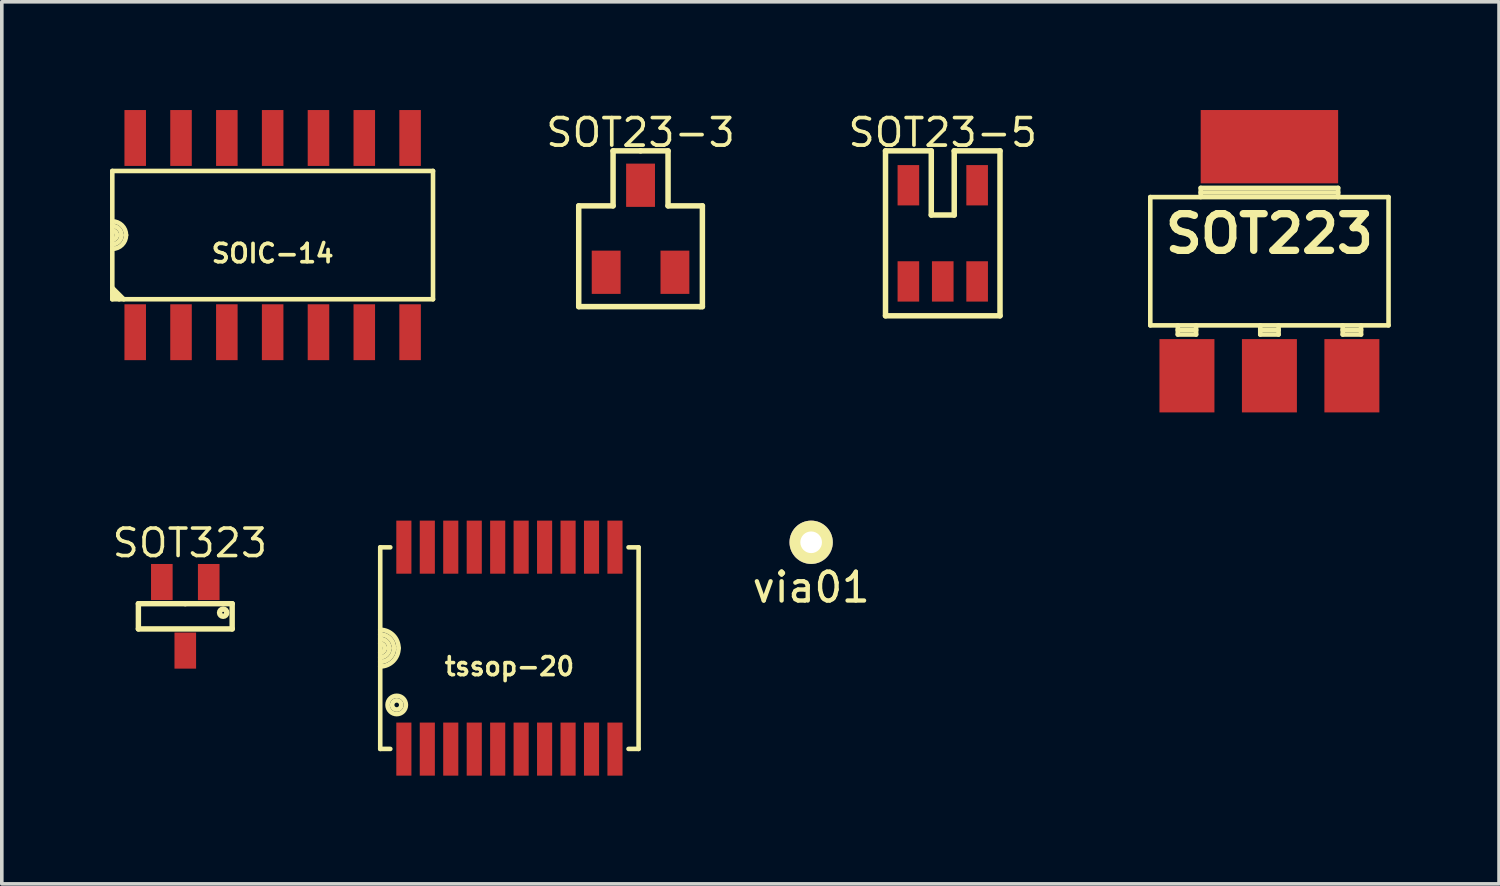
<source format=kicad_pcb>
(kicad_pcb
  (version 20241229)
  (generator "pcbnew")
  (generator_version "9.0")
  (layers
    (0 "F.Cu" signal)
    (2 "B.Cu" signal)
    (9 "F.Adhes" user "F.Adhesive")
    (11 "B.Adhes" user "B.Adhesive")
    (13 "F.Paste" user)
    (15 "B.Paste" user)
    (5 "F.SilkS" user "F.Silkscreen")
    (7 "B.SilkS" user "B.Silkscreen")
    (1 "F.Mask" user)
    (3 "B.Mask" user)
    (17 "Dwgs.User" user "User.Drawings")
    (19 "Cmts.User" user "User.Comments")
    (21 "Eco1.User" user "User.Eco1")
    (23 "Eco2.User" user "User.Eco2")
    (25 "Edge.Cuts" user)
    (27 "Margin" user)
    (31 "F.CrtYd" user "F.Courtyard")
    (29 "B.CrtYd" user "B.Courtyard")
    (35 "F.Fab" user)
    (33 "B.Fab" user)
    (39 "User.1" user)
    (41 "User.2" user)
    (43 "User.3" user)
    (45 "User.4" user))
  (footprint "SOT223"
    (layer "F.Cu")
    (at 32.138 4.191)
    (property "Reference" "SOT223" (at 0 -0.762 0) (layer "F.SilkS") (effects (font (size 1.016 1.016) (thickness 0.203))))
    (attr smd)
    (fp_line (start -3.302 -1.778) (end 3.302 -1.778) (stroke (width 0.127) (type solid)) (layer "F.SilkS"))
    (fp_line (start -3.302 1.778) (end -3.302 -1.778) (stroke (width 0.127) (type solid)) (layer "F.SilkS"))
    (fp_line (start -2.54 1.778) (end -2.54 2.032) (stroke (width 0.127) (type solid)) (layer "F.SilkS"))
    (fp_line (start -2.54 2.032) (end -2.032 2.032) (stroke (width 0.127) (type solid)) (layer "F.SilkS"))
    (fp_line (start -2.032 1.905) (end -2.54 1.905) (stroke (width 0.127) (type solid)) (layer "F.SilkS"))
    (fp_line (start -2.032 2.032) (end -2.032 1.778) (stroke (width 0.127) (type solid)) (layer "F.SilkS"))
    (fp_line (start -1.905 -2.032) (end 1.905 -2.032) (stroke (width 0.127) (type solid)) (layer "F.SilkS"))
    (fp_line (start -1.905 -1.778) (end -1.905 -2.032) (stroke (width 0.127) (type solid)) (layer "F.SilkS"))
    (fp_line (start -0.254 1.778) (end -0.254 2.032) (stroke (width 0.127) (type solid)) (layer "F.SilkS"))
    (fp_line (start -0.254 2.032) (end 0.254 2.032) (stroke (width 0.127) (type solid)) (layer "F.SilkS"))
    (fp_line (start 0.254 1.905) (end -0.254 1.905) (stroke (width 0.127) (type solid)) (layer "F.SilkS"))
    (fp_line (start 0.254 2.032) (end 0.254 1.778) (stroke (width 0.127) (type solid)) (layer "F.SilkS"))
    (fp_line (start 1.905 -2.032) (end 1.905 -1.778) (stroke (width 0.127) (type solid)) (layer "F.SilkS"))
    (fp_line (start 1.905 -1.905) (end -1.905 -1.905) (stroke (width 0.127) (type solid)) (layer "F.SilkS"))
    (fp_line (start 2.032 1.778) (end 2.032 2.032) (stroke (width 0.127) (type solid)) (layer "F.SilkS"))
    (fp_line (start 2.032 2.032) (end 2.54 2.032) (stroke (width 0.127) (type solid)) (layer "F.SilkS"))
    (fp_line (start 2.54 1.905) (end 2.032 1.905) (stroke (width 0.127) (type solid)) (layer "F.SilkS"))
    (fp_line (start 2.54 2.032) (end 2.54 1.778) (stroke (width 0.127) (type solid)) (layer "F.SilkS"))
    (fp_line (start 3.302 -1.778) (end 3.302 1.778) (stroke (width 0.127) (type solid)) (layer "F.SilkS"))
    (fp_line (start 3.302 1.778) (end -3.302 1.778) (stroke (width 0.127) (type solid)) (layer "F.SilkS"))
    (pad "1" smd rect (at -2.286 3.175) (size 1.524 2.032) (layers "F.Cu" "F.Mask" "F.Paste"))
    (pad "2" smd rect (at 0 -3.175) (size 3.81 2.032) (layers "F.Cu" "F.Mask" "F.Paste"))
    (pad "2" smd rect (at 0 3.175) (size 1.524 2.032) (layers "F.Cu" "F.Mask" "F.Paste"))
    (pad "3" smd rect (at 2.286 3.175) (size 1.524 2.032) (layers "F.Cu" "F.Mask" "F.Paste")))
  (footprint "via01"
    (layer "F.Cu")
    (at 19.435 11.982)
    (property "Reference" "via01" (at 0 1.25 0) (layer "F.SilkS") (effects (font (size 0.8 0.8) (thickness 0.12))))
    (attr through_hole)
    (pad "1" thru_hole circle (at 0 0) (size 1.2 1.2) (drill 0.6) (layers "*.Cu" "*.Mask" "F.SilkS")))
  (footprint "SOT23-5"
    (layer "F.Cu")
    (at 23.083 3.418)
    (property "Reference" "SOT23-5" (at 0 -2.794 0) (layer "F.SilkS") (effects (font (size 0.762 0.762) (thickness 0.102))))
    (attr smd)
    (fp_line (start -1.587 -2.286) (end -1.587 2.286) (stroke (width 0.152) (type solid)) (layer "F.SilkS"))
    (fp_line (start -1.587 2.286) (end 1.587 2.286) (stroke (width 0.152) (type solid)) (layer "F.SilkS"))
    (fp_line (start -0.318 -2.286) (end -1.587 -2.286) (stroke (width 0.152) (type solid)) (layer "F.SilkS"))
    (fp_line (start -0.318 -2.286) (end -0.318 -0.508) (stroke (width 0.152) (type solid)) (layer "F.SilkS"))
    (fp_line (start -0.318 -0.508) (end 0.318 -0.508) (stroke (width 0.152) (type solid)) (layer "F.SilkS"))
    (fp_line (start 0.318 -2.286) (end 1.587 -2.286) (stroke (width 0.152) (type solid)) (layer "F.SilkS"))
    (fp_line (start 0.318 -0.508) (end 0.318 -2.286) (stroke (width 0.152) (type solid)) (layer "F.SilkS"))
    (fp_line (start 1.587 2.286) (end 1.587 -2.286) (stroke (width 0.152) (type solid)) (layer "F.SilkS"))
    (pad "1" smd rect (at -0.953 1.333) (size 0.599 1.118) (layers "F.Cu" "F.Mask" "F.Paste"))
    (pad "2" smd rect (at 0 1.333) (size 0.599 1.118) (layers "F.Cu" "F.Mask" "F.Paste"))
    (pad "3" smd rect (at 0.953 1.333) (size 0.599 1.118) (layers "F.Cu" "F.Mask" "F.Paste"))
    (pad "4" smd rect (at 0.953 -1.333) (size 0.599 1.118) (layers "F.Cu" "F.Mask" "F.Paste"))
    (pad "5" smd rect (at -0.953 -1.333) (size 0.599 1.118) (layers "F.Cu" "F.Mask" "F.Paste")))
  (footprint "tssop-20"
    (layer "F.Cu")
    (at 11.071 14.916)
    (property "Reference" "tssop-20" (at 0 0.508 0) (layer "F.SilkS") (effects (font (size 0.5 0.5) (thickness 0.099))))
    (attr smd)
    (fp_line (start -3.581 -2.794) (end -3.581 2.794) (stroke (width 0.127) (type solid)) (layer "F.SilkS"))
    (fp_line (start -3.581 2.794) (end -3.302 2.794) (stroke (width 0.127) (type solid)) (layer "F.SilkS"))
    (fp_line (start -3.302 -2.794) (end -3.581 -2.794) (stroke (width 0.127) (type solid)) (layer "F.SilkS"))
    (fp_line (start 3.302 -2.794) (end 3.581 -2.794) (stroke (width 0.127) (type solid)) (layer "F.SilkS"))
    (fp_line (start 3.581 -2.794) (end 3.581 2.794) (stroke (width 0.127) (type solid)) (layer "F.SilkS"))
    (fp_line (start 3.581 2.794) (end 3.302 2.794) (stroke (width 0.127) (type solid)) (layer "F.SilkS"))
    (fp_arc (start -3.5814 -0.508) (mid -3.22219 -0.35921) (end -3.0734 0) (stroke (width 0.127) (type solid)) (layer "F.SilkS"))
    (fp_arc (start -3.5814 -0.381) (mid -3.311992 -0.269408) (end -3.2004 0) (stroke (width 0.127) (type solid)) (layer "F.SilkS"))
    (fp_arc (start -3.5814 -0.254) (mid -3.401795 -0.179605) (end -3.3274 0) (stroke (width 0.127) (type solid)) (layer "F.SilkS"))
    (fp_arc (start -3.5814 -0.127) (mid -3.491597 -0.089803) (end -3.4544 0) (stroke (width 0.127) (type solid)) (layer "F.SilkS"))
    (fp_arc (start -3.4544 0) (mid -3.491597 0.089803) (end -3.5814 0.127) (stroke (width 0.127) (type solid)) (layer "F.SilkS"))
    (fp_arc (start -3.3274 0) (mid -3.401795 0.179605) (end -3.5814 0.254) (stroke (width 0.127) (type solid)) (layer "F.SilkS"))
    (fp_arc (start -3.2004 0) (mid -3.311992 0.269408) (end -3.5814 0.381) (stroke (width 0.127) (type solid)) (layer "F.SilkS"))
    (fp_arc (start -3.0734 0) (mid -3.22219 0.35921) (end -3.5814 0.508) (stroke (width 0.127) (type solid)) (layer "F.SilkS"))
    (fp_circle (center -3.124 1.575) (end -3.378 1.575) (stroke (width 0.127) (type solid)) (fill no) (layer "F.SilkS"))
    (fp_circle (center -3.124 1.575) (end -3.251 1.575) (stroke (width 0.127) (type solid)) (fill no) (layer "F.SilkS"))
    (pad "1" smd rect (at -2.926 2.799) (size 0.419 1.471) (layers "F.Cu" "F.Mask" "F.Paste"))
    (pad "2" smd rect (at -2.276 2.799) (size 0.419 1.471) (layers "F.Cu" "F.Mask" "F.Paste"))
    (pad "3" smd rect (at -1.626 2.799) (size 0.419 1.471) (layers "F.Cu" "F.Mask" "F.Paste"))
    (pad "4" smd rect (at -0.975 2.799) (size 0.419 1.471) (layers "F.Cu" "F.Mask" "F.Paste"))
    (pad "5" smd rect (at -0.325 2.799) (size 0.419 1.471) (layers "F.Cu" "F.Mask" "F.Paste"))
    (pad "6" smd rect (at 0.325 2.799) (size 0.419 1.471) (layers "F.Cu" "F.Mask" "F.Paste"))
    (pad "7" smd rect (at 0.975 2.799) (size 0.419 1.471) (layers "F.Cu" "F.Mask" "F.Paste"))
    (pad "8" smd rect (at 1.626 2.799) (size 0.419 1.471) (layers "F.Cu" "F.Mask" "F.Paste"))
    (pad "9" smd rect (at 2.276 2.799) (size 0.419 1.471) (layers "F.Cu" "F.Mask" "F.Paste"))
    (pad "10" smd rect (at 2.926 2.799) (size 0.419 1.471) (layers "F.Cu" "F.Mask" "F.Paste"))
    (pad "11" smd rect (at 2.926 -2.799) (size 0.419 1.471) (layers "F.Cu" "F.Mask" "F.Paste"))
    (pad "12" smd rect (at 2.276 -2.799) (size 0.419 1.471) (layers "F.Cu" "F.Mask" "F.Paste"))
    (pad "13" smd rect (at 1.626 -2.799) (size 0.419 1.471) (layers "F.Cu" "F.Mask" "F.Paste"))
    (pad "14" smd rect (at 0.975 -2.799) (size 0.419 1.471) (layers "F.Cu" "F.Mask" "F.Paste"))
    (pad "15" smd rect (at 0.325 -2.799) (size 0.419 1.471) (layers "F.Cu" "F.Mask" "F.Paste"))
    (pad "16" smd rect (at -0.325 -2.799) (size 0.419 1.471) (layers "F.Cu" "F.Mask" "F.Paste"))
    (pad "17" smd rect (at -0.975 -2.799) (size 0.419 1.471) (layers "F.Cu" "F.Mask" "F.Paste"))
    (pad "18" smd rect (at -1.626 -2.799) (size 0.419 1.471) (layers "F.Cu" "F.Mask" "F.Paste"))
    (pad "19" smd rect (at -2.276 -2.799) (size 0.419 1.471) (layers "F.Cu" "F.Mask" "F.Paste"))
    (pad "20" smd rect (at -2.926 -2.799) (size 0.419 1.471) (layers "F.Cu" "F.Mask" "F.Paste")))
  (footprint "SOIC-14"
    (layer "F.Cu")
    (at 4.508 3.467)
    (property "Reference" "SOIC-14" (at 0 0.508 0) (layer "F.SilkS") (effects (font (size 0.508 0.508) (thickness 0.102))))
    (attr smd)
    (fp_line (start -4.445 -1.778) (end -4.445 1.778) (stroke (width 0.127) (type solid)) (layer "F.SilkS"))
    (fp_line (start -4.445 1.46) (end -4.128 1.778) (stroke (width 0.127) (type solid)) (layer "F.SilkS"))
    (fp_line (start -4.445 1.778) (end 4.445 1.778) (stroke (width 0.127) (type solid)) (layer "F.SilkS"))
    (fp_line (start -4.255 1.778) (end -4.445 1.587) (stroke (width 0.127) (type solid)) (layer "F.SilkS"))
    (fp_line (start 4.445 -1.778) (end -4.445 -1.778) (stroke (width 0.127) (type solid)) (layer "F.SilkS"))
    (fp_line (start 4.445 1.778) (end 4.445 -1.778) (stroke (width 0.127) (type solid)) (layer "F.SilkS"))
    (fp_arc (start -4.445 -0.381) (mid -4.175592 -0.269408) (end -4.064 0) (stroke (width 0.127) (type solid)) (layer "F.SilkS"))
    (fp_arc (start -4.445 -0.254) (mid -4.265395 -0.179605) (end -4.191 0) (stroke (width 0.127) (type solid)) (layer "F.SilkS"))
    (fp_arc (start -4.445 -0.127) (mid -4.355197 -0.089803) (end -4.318 0) (stroke (width 0.127) (type solid)) (layer "F.SilkS"))
    (fp_arc (start -4.318 0) (mid -4.355197 0.089803) (end -4.445 0.127) (stroke (width 0.127) (type solid)) (layer "F.SilkS"))
    (fp_arc (start -4.191 0) (mid -4.265395 0.179605) (end -4.445 0.254) (stroke (width 0.127) (type solid)) (layer "F.SilkS"))
    (fp_arc (start -4.064 0) (mid -4.175592 0.269408) (end -4.445 0.381) (stroke (width 0.127) (type solid)) (layer "F.SilkS"))
    (pad "1" smd rect (at -3.81 2.692) (size 0.597 1.549) (layers "F.Cu" "F.Mask" "F.Paste"))
    (pad "2" smd rect (at -2.54 2.692) (size 0.597 1.549) (layers "F.Cu" "F.Mask" "F.Paste"))
    (pad "3" smd rect (at -1.27 2.692) (size 0.597 1.549) (layers "F.Cu" "F.Mask" "F.Paste"))
    (pad "4" smd rect (at 0 2.692) (size 0.597 1.549) (layers "F.Cu" "F.Mask" "F.Paste"))
    (pad "5" smd rect (at 1.27 2.692) (size 0.597 1.549) (layers "F.Cu" "F.Mask" "F.Paste"))
    (pad "6" smd rect (at 2.54 2.692) (size 0.597 1.549) (layers "F.Cu" "F.Mask" "F.Paste"))
    (pad "7" smd rect (at 3.81 2.692) (size 0.597 1.549) (layers "F.Cu" "F.Mask" "F.Paste"))
    (pad "8" smd rect (at 1.27 -2.692) (size 0.597 1.549) (layers "F.Cu" "F.Mask" "F.Paste"))
    (pad "9" smd rect (at 2.54 -2.692) (size 0.597 1.549) (layers "F.Cu" "F.Mask" "F.Paste"))
    (pad "10" smd rect (at 3.81 -2.692) (size 0.597 1.549) (layers "F.Cu" "F.Mask" "F.Paste"))
    (pad "11" smd rect (at 0 -2.692) (size 0.597 1.549) (layers "F.Cu" "F.Mask" "F.Paste"))
    (pad "12" smd rect (at -1.27 -2.692) (size 0.597 1.549) (layers "F.Cu" "F.Mask" "F.Paste"))
    (pad "13" smd rect (at -2.54 -2.692) (size 0.597 1.549) (layers "F.Cu" "F.Mask" "F.Paste"))
    (pad "14" smd rect (at -3.81 -2.692) (size 0.597 1.549) (layers "F.Cu" "F.Mask" "F.Paste")))
  (footprint "SOT323"
    (layer "F.Cu")
    (at 2.086 14.034)
    (property "Reference" "SOT323" (at 0.127 -2.032 0) (layer "F.SilkS") (effects (font (size 0.762 0.762) (thickness 0.099))))
    (attr smd)
    (fp_line (start -1.3 -0.35) (end -1.3 0.35) (stroke (width 0.15) (type solid)) (layer "F.SilkS"))
    (fp_line (start -1.3 0.35) (end 1.3 0.35) (stroke (width 0.15) (type solid)) (layer "F.SilkS"))
    (fp_line (start 0 -0.35) (end -1.3 -0.35) (stroke (width 0.15) (type solid)) (layer "F.SilkS"))
    (fp_line (start 1.3 -0.35) (end 0 -0.35) (stroke (width 0.15) (type solid)) (layer "F.SilkS"))
    (fp_line (start 1.3 0.35) (end 1.3 -0.35) (stroke (width 0.15) (type solid)) (layer "F.SilkS"))
    (fp_circle (center 1.05 -0.1) (end 1.05 -0.2) (stroke (width 0.15) (type solid)) (fill no) (layer "F.SilkS"))
    (pad "D" smd rect (at 0 0.95) (size 0.599 1.001) (layers "F.Cu" "F.Mask" "F.Paste"))
    (pad "G" smd rect (at 0.65 -0.95) (size 0.599 1.001) (layers "F.Cu" "F.Mask" "F.Paste"))
    (pad "S" smd rect (at -0.65 -0.95) (size 0.599 1.001) (layers "F.Cu" "F.Mask" "F.Paste")))
  (footprint "SOT23-3"
    (layer "F.Cu")
    (at 14.706 3.291)
    (property "Reference" "SOT23-3" (at 0 -2.667 0) (layer "F.SilkS") (effects (font (size 0.762 0.762) (thickness 0.102))))
    (attr smd)
    (fp_line (start -1.714 -0.635) (end -1.714 2.159) (stroke (width 0.152) (type solid)) (layer "F.SilkS"))
    (fp_line (start -1.714 2.159) (end 1.651 2.159) (stroke (width 0.152) (type solid)) (layer "F.SilkS"))
    (fp_line (start -0.762 -2.159) (end -0.762 -0.635) (stroke (width 0.152) (type solid)) (layer "F.SilkS"))
    (fp_line (start -0.762 -0.635) (end -1.714 -0.635) (stroke (width 0.152) (type solid)) (layer "F.SilkS"))
    (fp_line (start 0 -2.159) (end -0.762 -2.159) (stroke (width 0.152) (type solid)) (layer "F.SilkS"))
    (fp_line (start 0.762 -2.159) (end 0 -2.159) (stroke (width 0.152) (type solid)) (layer "F.SilkS"))
    (fp_line (start 0.762 -0.635) (end 0.762 -2.159) (stroke (width 0.152) (type solid)) (layer "F.SilkS"))
    (fp_line (start 1.651 2.159) (end 1.714 2.159) (stroke (width 0.152) (type solid)) (layer "F.SilkS"))
    (fp_line (start 1.714 -0.635) (end 0.762 -0.635) (stroke (width 0.152) (type solid)) (layer "F.SilkS"))
    (fp_line (start 1.714 2.159) (end 1.714 -0.635) (stroke (width 0.152) (type solid)) (layer "F.SilkS"))
    (pad "D" smd rect (at 0 -1.206) (size 0.8 1.199) (layers "F.Cu" "F.Mask" "F.Paste"))
    (pad "G" smd rect (at -0.953 1.206) (size 0.8 1.199) (layers "F.Cu" "F.Mask" "F.Paste"))
    (pad "S" smd rect (at 0.953 1.206) (size 0.8 1.199) (layers "F.Cu" "F.Mask" "F.Paste")))
  (gr_rect
    (start -3 -3)
    (end 38.503 21.451)
    (stroke (width 0.1) (type default))
    (fill no)
    (layer "Edge.Cuts")))
</source>
